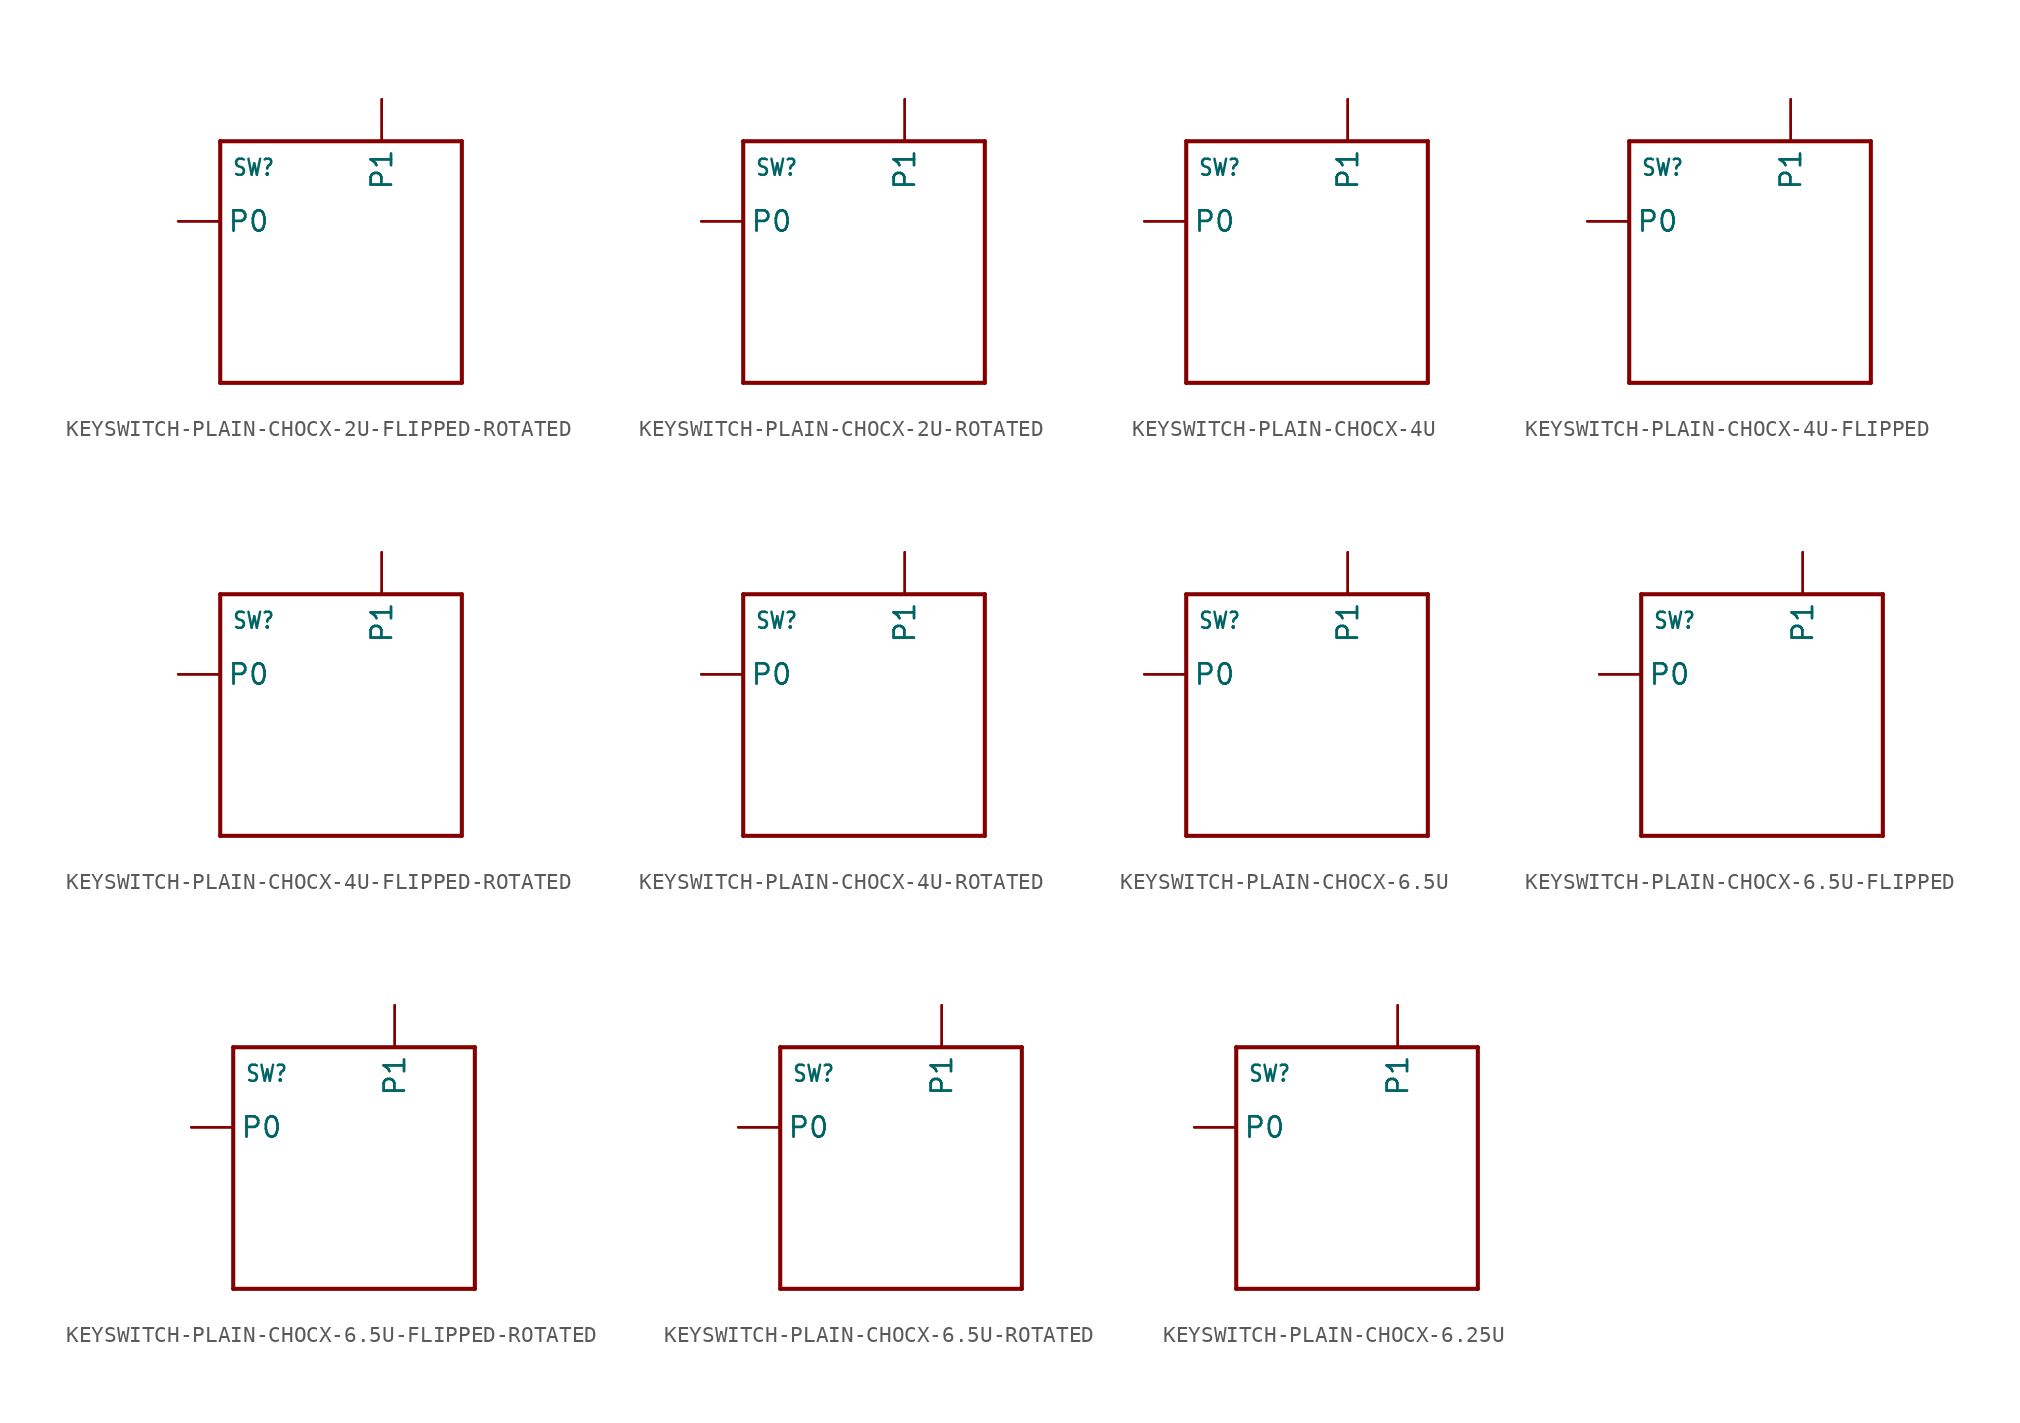
<source format=kicad_sym>
(kicad_symbol_lib
  (version 20211014)
  (generator kicad_symbol_editor)
  (symbol "KEYSWITCH-PLAIN-CHOCX-2U-FLIPPED-ROTATED"
    (property "Reference" "SW"
      (at -6.81 5.318 0)
      (effects (font (size 1 0.85)) (justify left bottom)))
    (property "ki_locked" ""
      (at 0 0 0)
      (effects (font (size 1.27 1.27))))
    (symbol "KEYSWITCH-PLAIN-CHOCX-2U-FLIPPED-ROTATED_1_0"
      (polyline (pts (xy -7.54 -7.54) (xy -7.54 7.54)) (stroke (width 0.254) (type default) (color 0 0 0 0)) (fill (type none)))
      (polyline (pts (xy -7.54 7.54) (xy 7.54 7.54)) (stroke (width 0.254) (type default) (color 0 0 0 0)) (fill (type none)))
      (polyline (pts (xy 7.54 -7.54) (xy -7.54 -7.54)) (stroke (width 0.254) (type default) (color 0 0 0 0)) (fill (type none)))
      (polyline (pts (xy 7.54 7.54) (xy 7.54 -7.54)) (stroke (width 0.254) (type default) (color 0 0 0 0)) (fill (type none)))
      (pin bidirectional line (at -10.16 2.54 0) (length 2.54) (name "P0" (effects (font (size 1.27 1.27)))) (number "CHOC1" (effects (font (size 0 0)))))
      (pin bidirectional line (at 2.54 10.16 270) (length 2.54) (name "P1" (effects (font (size 1.27 1.27)))) (number "CHOC2" (effects (font (size 0 0)))))
      (pin bidirectional line (at -10.16 2.54 0) (length 2.54) (name "P0" (effects (font (size 1.27 1.27)))) (number "X1" (effects (font (size 0 0)))))
      (pin bidirectional line (at 2.54 10.16 270) (length 2.54) (name "P1" (effects (font (size 1.27 1.27)))) (number "X2" (effects (font (size 0 0)))))))
  (symbol "KEYSWITCH-PLAIN-CHOCX-2U-ROTATED"
    (property "Reference" "SW"
      (at -6.81 5.318 0)
      (effects (font (size 1 0.85)) (justify left bottom)))
    (property "ki_locked" ""
      (at 0 0 0)
      (effects (font (size 1.27 1.27))))
    (symbol "KEYSWITCH-PLAIN-CHOCX-2U-ROTATED_1_0"
      (polyline (pts (xy -7.54 -7.54) (xy -7.54 7.54)) (stroke (width 0.254) (type default) (color 0 0 0 0)) (fill (type none)))
      (polyline (pts (xy -7.54 7.54) (xy 7.54 7.54)) (stroke (width 0.254) (type default) (color 0 0 0 0)) (fill (type none)))
      (polyline (pts (xy 7.54 -7.54) (xy -7.54 -7.54)) (stroke (width 0.254) (type default) (color 0 0 0 0)) (fill (type none)))
      (polyline (pts (xy 7.54 7.54) (xy 7.54 -7.54)) (stroke (width 0.254) (type default) (color 0 0 0 0)) (fill (type none)))
      (pin bidirectional line (at -10.16 2.54 0) (length 2.54) (name "P0" (effects (font (size 1.27 1.27)))) (number "CHOC1" (effects (font (size 0 0)))))
      (pin bidirectional line (at 2.54 10.16 270) (length 2.54) (name "P1" (effects (font (size 1.27 1.27)))) (number "CHOC2" (effects (font (size 0 0)))))
      (pin bidirectional line (at -10.16 2.54 0) (length 2.54) (name "P0" (effects (font (size 1.27 1.27)))) (number "X1" (effects (font (size 0 0)))))
      (pin bidirectional line (at 2.54 10.16 270) (length 2.54) (name "P1" (effects (font (size 1.27 1.27)))) (number "X2" (effects (font (size 0 0)))))))
  (symbol "KEYSWITCH-PLAIN-CHOCX-4U"
    (property "Reference" "SW"
      (at -6.81 5.318 0)
      (effects (font (size 1 0.85)) (justify left bottom)))
    (property "ki_locked" ""
      (at 0 0 0)
      (effects (font (size 1.27 1.27))))
    (symbol "KEYSWITCH-PLAIN-CHOCX-4U_1_0"
      (polyline (pts (xy -7.54 -7.54) (xy -7.54 7.54)) (stroke (width 0.254) (type default) (color 0 0 0 0)) (fill (type none)))
      (polyline (pts (xy -7.54 7.54) (xy 7.54 7.54)) (stroke (width 0.254) (type default) (color 0 0 0 0)) (fill (type none)))
      (polyline (pts (xy 7.54 -7.54) (xy -7.54 -7.54)) (stroke (width 0.254) (type default) (color 0 0 0 0)) (fill (type none)))
      (polyline (pts (xy 7.54 7.54) (xy 7.54 -7.54)) (stroke (width 0.254) (type default) (color 0 0 0 0)) (fill (type none)))
      (pin bidirectional line (at -10.16 2.54 0) (length 2.54) (name "P0" (effects (font (size 1.27 1.27)))) (number "CHOC1" (effects (font (size 0 0)))))
      (pin bidirectional line (at 2.54 10.16 270) (length 2.54) (name "P1" (effects (font (size 1.27 1.27)))) (number "CHOC2" (effects (font (size 0 0)))))
      (pin bidirectional line (at -10.16 2.54 0) (length 2.54) (name "P0" (effects (font (size 1.27 1.27)))) (number "X1" (effects (font (size 0 0)))))
      (pin bidirectional line (at 2.54 10.16 270) (length 2.54) (name "P1" (effects (font (size 1.27 1.27)))) (number "X2" (effects (font (size 0 0)))))))
  (symbol "KEYSWITCH-PLAIN-CHOCX-4U-FLIPPED"
    (property "Reference" "SW"
      (at -6.81 5.318 0)
      (effects (font (size 1 0.85)) (justify left bottom)))
    (property "ki_locked" ""
      (at 0 0 0)
      (effects (font (size 1.27 1.27))))
    (symbol "KEYSWITCH-PLAIN-CHOCX-4U-FLIPPED_1_0"
      (polyline (pts (xy -7.54 -7.54) (xy -7.54 7.54)) (stroke (width 0.254) (type default) (color 0 0 0 0)) (fill (type none)))
      (polyline (pts (xy -7.54 7.54) (xy 7.54 7.54)) (stroke (width 0.254) (type default) (color 0 0 0 0)) (fill (type none)))
      (polyline (pts (xy 7.54 -7.54) (xy -7.54 -7.54)) (stroke (width 0.254) (type default) (color 0 0 0 0)) (fill (type none)))
      (polyline (pts (xy 7.54 7.54) (xy 7.54 -7.54)) (stroke (width 0.254) (type default) (color 0 0 0 0)) (fill (type none)))
      (pin bidirectional line (at -10.16 2.54 0) (length 2.54) (name "P0" (effects (font (size 1.27 1.27)))) (number "CHOC1" (effects (font (size 0 0)))))
      (pin bidirectional line (at 2.54 10.16 270) (length 2.54) (name "P1" (effects (font (size 1.27 1.27)))) (number "CHOC2" (effects (font (size 0 0)))))
      (pin bidirectional line (at -10.16 2.54 0) (length 2.54) (name "P0" (effects (font (size 1.27 1.27)))) (number "X1" (effects (font (size 0 0)))))
      (pin bidirectional line (at 2.54 10.16 270) (length 2.54) (name "P1" (effects (font (size 1.27 1.27)))) (number "X2" (effects (font (size 0 0)))))))
  (symbol "KEYSWITCH-PLAIN-CHOCX-4U-FLIPPED-ROTATED"
    (property "Reference" "SW"
      (at -6.81 5.318 0)
      (effects (font (size 1 0.85)) (justify left bottom)))
    (property "ki_locked" ""
      (at 0 0 0)
      (effects (font (size 1.27 1.27))))
    (symbol "KEYSWITCH-PLAIN-CHOCX-4U-FLIPPED-ROTATED_1_0"
      (polyline (pts (xy -7.54 -7.54) (xy -7.54 7.54)) (stroke (width 0.254) (type default) (color 0 0 0 0)) (fill (type none)))
      (polyline (pts (xy -7.54 7.54) (xy 7.54 7.54)) (stroke (width 0.254) (type default) (color 0 0 0 0)) (fill (type none)))
      (polyline (pts (xy 7.54 -7.54) (xy -7.54 -7.54)) (stroke (width 0.254) (type default) (color 0 0 0 0)) (fill (type none)))
      (polyline (pts (xy 7.54 7.54) (xy 7.54 -7.54)) (stroke (width 0.254) (type default) (color 0 0 0 0)) (fill (type none)))
      (pin bidirectional line (at -10.16 2.54 0) (length 2.54) (name "P0" (effects (font (size 1.27 1.27)))) (number "CHOC1" (effects (font (size 0 0)))))
      (pin bidirectional line (at 2.54 10.16 270) (length 2.54) (name "P1" (effects (font (size 1.27 1.27)))) (number "CHOC2" (effects (font (size 0 0)))))
      (pin bidirectional line (at -10.16 2.54 0) (length 2.54) (name "P0" (effects (font (size 1.27 1.27)))) (number "X1" (effects (font (size 0 0)))))
      (pin bidirectional line (at 2.54 10.16 270) (length 2.54) (name "P1" (effects (font (size 1.27 1.27)))) (number "X2" (effects (font (size 0 0)))))))
  (symbol "KEYSWITCH-PLAIN-CHOCX-4U-ROTATED"
    (property "Reference" "SW"
      (at -6.81 5.318 0)
      (effects (font (size 1 0.85)) (justify left bottom)))
    (property "ki_locked" ""
      (at 0 0 0)
      (effects (font (size 1.27 1.27))))
    (symbol "KEYSWITCH-PLAIN-CHOCX-4U-ROTATED_1_0"
      (polyline (pts (xy -7.54 -7.54) (xy -7.54 7.54)) (stroke (width 0.254) (type default) (color 0 0 0 0)) (fill (type none)))
      (polyline (pts (xy -7.54 7.54) (xy 7.54 7.54)) (stroke (width 0.254) (type default) (color 0 0 0 0)) (fill (type none)))
      (polyline (pts (xy 7.54 -7.54) (xy -7.54 -7.54)) (stroke (width 0.254) (type default) (color 0 0 0 0)) (fill (type none)))
      (polyline (pts (xy 7.54 7.54) (xy 7.54 -7.54)) (stroke (width 0.254) (type default) (color 0 0 0 0)) (fill (type none)))
      (pin bidirectional line (at -10.16 2.54 0) (length 2.54) (name "P0" (effects (font (size 1.27 1.27)))) (number "CHOC1" (effects (font (size 0 0)))))
      (pin bidirectional line (at 2.54 10.16 270) (length 2.54) (name "P1" (effects (font (size 1.27 1.27)))) (number "CHOC2" (effects (font (size 0 0)))))
      (pin bidirectional line (at -10.16 2.54 0) (length 2.54) (name "P0" (effects (font (size 1.27 1.27)))) (number "X1" (effects (font (size 0 0)))))
      (pin bidirectional line (at 2.54 10.16 270) (length 2.54) (name "P1" (effects (font (size 1.27 1.27)))) (number "X2" (effects (font (size 0 0)))))))
  (symbol "KEYSWITCH-PLAIN-CHOCX-6.5U"
    (property "Reference" "SW"
      (at -6.81 5.318 0)
      (effects (font (size 1 0.85)) (justify left bottom)))
    (property "ki_locked" ""
      (at 0 0 0)
      (effects (font (size 1.27 1.27))))
    (symbol "KEYSWITCH-PLAIN-CHOCX-6.5U_1_0"
      (polyline (pts (xy -7.54 -7.54) (xy -7.54 7.54)) (stroke (width 0.254) (type default) (color 0 0 0 0)) (fill (type none)))
      (polyline (pts (xy -7.54 7.54) (xy 7.54 7.54)) (stroke (width 0.254) (type default) (color 0 0 0 0)) (fill (type none)))
      (polyline (pts (xy 7.54 -7.54) (xy -7.54 -7.54)) (stroke (width 0.254) (type default) (color 0 0 0 0)) (fill (type none)))
      (polyline (pts (xy 7.54 7.54) (xy 7.54 -7.54)) (stroke (width 0.254) (type default) (color 0 0 0 0)) (fill (type none)))
      (pin bidirectional line (at -10.16 2.54 0) (length 2.54) (name "P0" (effects (font (size 1.27 1.27)))) (number "CHOC1" (effects (font (size 0 0)))))
      (pin bidirectional line (at 2.54 10.16 270) (length 2.54) (name "P1" (effects (font (size 1.27 1.27)))) (number "CHOC2" (effects (font (size 0 0)))))
      (pin bidirectional line (at -10.16 2.54 0) (length 2.54) (name "P0" (effects (font (size 1.27 1.27)))) (number "X1" (effects (font (size 0 0)))))
      (pin bidirectional line (at 2.54 10.16 270) (length 2.54) (name "P1" (effects (font (size 1.27 1.27)))) (number "X2" (effects (font (size 0 0)))))))
  (symbol "KEYSWITCH-PLAIN-CHOCX-6.5U-FLIPPED"
    (property "Reference" "SW"
      (at -6.81 5.318 0)
      (effects (font (size 1 0.85)) (justify left bottom)))
    (property "ki_locked" ""
      (at 0 0 0)
      (effects (font (size 1.27 1.27))))
    (symbol "KEYSWITCH-PLAIN-CHOCX-6.5U-FLIPPED_1_0"
      (polyline (pts (xy -7.54 -7.54) (xy -7.54 7.54)) (stroke (width 0.254) (type default) (color 0 0 0 0)) (fill (type none)))
      (polyline (pts (xy -7.54 7.54) (xy 7.54 7.54)) (stroke (width 0.254) (type default) (color 0 0 0 0)) (fill (type none)))
      (polyline (pts (xy 7.54 -7.54) (xy -7.54 -7.54)) (stroke (width 0.254) (type default) (color 0 0 0 0)) (fill (type none)))
      (polyline (pts (xy 7.54 7.54) (xy 7.54 -7.54)) (stroke (width 0.254) (type default) (color 0 0 0 0)) (fill (type none)))
      (pin bidirectional line (at -10.16 2.54 0) (length 2.54) (name "P0" (effects (font (size 1.27 1.27)))) (number "CHOC1" (effects (font (size 0 0)))))
      (pin bidirectional line (at 2.54 10.16 270) (length 2.54) (name "P1" (effects (font (size 1.27 1.27)))) (number "CHOC2" (effects (font (size 0 0)))))
      (pin bidirectional line (at -10.16 2.54 0) (length 2.54) (name "P0" (effects (font (size 1.27 1.27)))) (number "X1" (effects (font (size 0 0)))))
      (pin bidirectional line (at 2.54 10.16 270) (length 2.54) (name "P1" (effects (font (size 1.27 1.27)))) (number "X2" (effects (font (size 0 0)))))))
  (symbol "KEYSWITCH-PLAIN-CHOCX-6.5U-FLIPPED-ROTATED"
    (property "Reference" "SW"
      (at -6.81 5.318 0)
      (effects (font (size 1 0.85)) (justify left bottom)))
    (property "ki_locked" ""
      (at 0 0 0)
      (effects (font (size 1.27 1.27))))
    (symbol "KEYSWITCH-PLAIN-CHOCX-6.5U-FLIPPED-ROTATED_1_0"
      (polyline (pts (xy -7.54 -7.54) (xy -7.54 7.54)) (stroke (width 0.254) (type default) (color 0 0 0 0)) (fill (type none)))
      (polyline (pts (xy -7.54 7.54) (xy 7.54 7.54)) (stroke (width 0.254) (type default) (color 0 0 0 0)) (fill (type none)))
      (polyline (pts (xy 7.54 -7.54) (xy -7.54 -7.54)) (stroke (width 0.254) (type default) (color 0 0 0 0)) (fill (type none)))
      (polyline (pts (xy 7.54 7.54) (xy 7.54 -7.54)) (stroke (width 0.254) (type default) (color 0 0 0 0)) (fill (type none)))
      (pin bidirectional line (at -10.16 2.54 0) (length 2.54) (name "P0" (effects (font (size 1.27 1.27)))) (number "CHOC1" (effects (font (size 0 0)))))
      (pin bidirectional line (at 2.54 10.16 270) (length 2.54) (name "P1" (effects (font (size 1.27 1.27)))) (number "CHOC2" (effects (font (size 0 0)))))
      (pin bidirectional line (at -10.16 2.54 0) (length 2.54) (name "P0" (effects (font (size 1.27 1.27)))) (number "X1" (effects (font (size 0 0)))))
      (pin bidirectional line (at 2.54 10.16 270) (length 2.54) (name "P1" (effects (font (size 1.27 1.27)))) (number "X2" (effects (font (size 0 0)))))))
  (symbol "KEYSWITCH-PLAIN-CHOCX-6.5U-ROTATED"
    (property "Reference" "SW"
      (at -6.81 5.318 0)
      (effects (font (size 1 0.85)) (justify left bottom)))
    (property "ki_locked" ""
      (at 0 0 0)
      (effects (font (size 1.27 1.27))))
    (symbol "KEYSWITCH-PLAIN-CHOCX-6.5U-ROTATED_1_0"
      (polyline (pts (xy -7.54 -7.54) (xy -7.54 7.54)) (stroke (width 0.254) (type default) (color 0 0 0 0)) (fill (type none)))
      (polyline (pts (xy -7.54 7.54) (xy 7.54 7.54)) (stroke (width 0.254) (type default) (color 0 0 0 0)) (fill (type none)))
      (polyline (pts (xy 7.54 -7.54) (xy -7.54 -7.54)) (stroke (width 0.254) (type default) (color 0 0 0 0)) (fill (type none)))
      (polyline (pts (xy 7.54 7.54) (xy 7.54 -7.54)) (stroke (width 0.254) (type default) (color 0 0 0 0)) (fill (type none)))
      (pin bidirectional line (at -10.16 2.54 0) (length 2.54) (name "P0" (effects (font (size 1.27 1.27)))) (number "CHOC1" (effects (font (size 0 0)))))
      (pin bidirectional line (at 2.54 10.16 270) (length 2.54) (name "P1" (effects (font (size 1.27 1.27)))) (number "CHOC2" (effects (font (size 0 0)))))
      (pin bidirectional line (at -10.16 2.54 0) (length 2.54) (name "P0" (effects (font (size 1.27 1.27)))) (number "X1" (effects (font (size 0 0)))))
      (pin bidirectional line (at 2.54 10.16 270) (length 2.54) (name "P1" (effects (font (size 1.27 1.27)))) (number "X2" (effects (font (size 0 0)))))))
  (symbol "KEYSWITCH-PLAIN-CHOCX-6.25U"
    (property "Reference" "SW"
      (at -6.81 5.318 0)
      (effects (font (size 1 0.85)) (justify left bottom)))
    (property "ki_locked" ""
      (at 0 0 0)
      (effects (font (size 1.27 1.27))))
    (symbol "KEYSWITCH-PLAIN-CHOCX-6.25U_1_0"
      (polyline (pts (xy -7.54 -7.54) (xy -7.54 7.54)) (stroke (width 0.254) (type default) (color 0 0 0 0)) (fill (type none)))
      (polyline (pts (xy -7.54 7.54) (xy 7.54 7.54)) (stroke (width 0.254) (type default) (color 0 0 0 0)) (fill (type none)))
      (polyline (pts (xy 7.54 -7.54) (xy -7.54 -7.54)) (stroke (width 0.254) (type default) (color 0 0 0 0)) (fill (type none)))
      (polyline (pts (xy 7.54 7.54) (xy 7.54 -7.54)) (stroke (width 0.254) (type default) (color 0 0 0 0)) (fill (type none)))
      (pin bidirectional line (at -10.16 2.54 0) (length 2.54) (name "P0" (effects (font (size 1.27 1.27)))) (number "CHOC1" (effects (font (size 0 0)))))
      (pin bidirectional line (at 2.54 10.16 270) (length 2.54) (name "P1" (effects (font (size 1.27 1.27)))) (number "CHOC2" (effects (font (size 0 0)))))
      (pin bidirectional line (at -10.16 2.54 0) (length 2.54) (name "P0" (effects (font (size 1.27 1.27)))) (number "X1" (effects (font (size 0 0)))))
      (pin bidirectional line (at 2.54 10.16 270) (length 2.54) (name "P1" (effects (font (size 1.27 1.27)))) (number "X2" (effects (font (size 0 0))))))))
</source>
